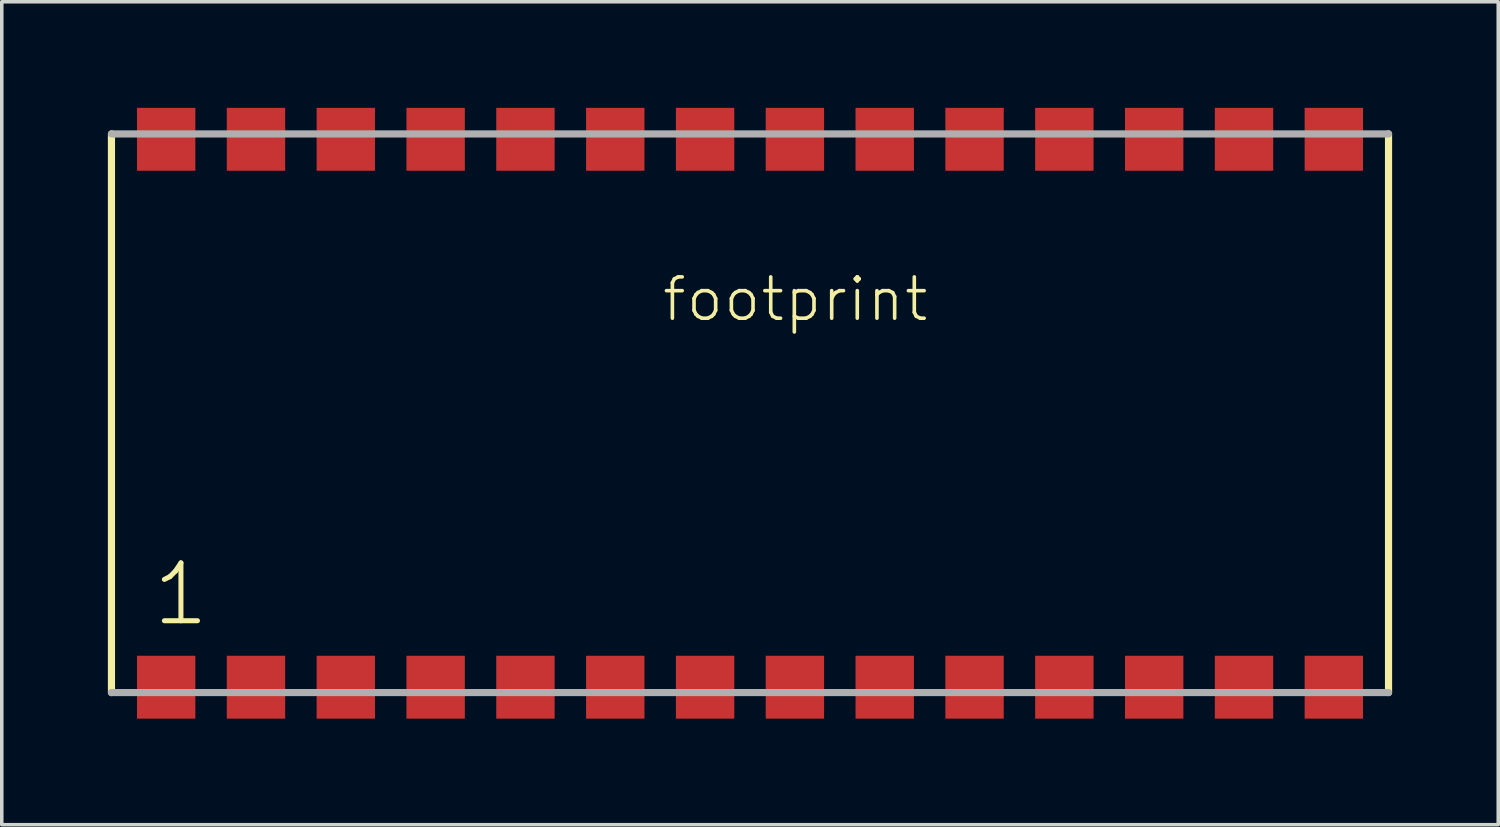
<source format=kicad_pcb>
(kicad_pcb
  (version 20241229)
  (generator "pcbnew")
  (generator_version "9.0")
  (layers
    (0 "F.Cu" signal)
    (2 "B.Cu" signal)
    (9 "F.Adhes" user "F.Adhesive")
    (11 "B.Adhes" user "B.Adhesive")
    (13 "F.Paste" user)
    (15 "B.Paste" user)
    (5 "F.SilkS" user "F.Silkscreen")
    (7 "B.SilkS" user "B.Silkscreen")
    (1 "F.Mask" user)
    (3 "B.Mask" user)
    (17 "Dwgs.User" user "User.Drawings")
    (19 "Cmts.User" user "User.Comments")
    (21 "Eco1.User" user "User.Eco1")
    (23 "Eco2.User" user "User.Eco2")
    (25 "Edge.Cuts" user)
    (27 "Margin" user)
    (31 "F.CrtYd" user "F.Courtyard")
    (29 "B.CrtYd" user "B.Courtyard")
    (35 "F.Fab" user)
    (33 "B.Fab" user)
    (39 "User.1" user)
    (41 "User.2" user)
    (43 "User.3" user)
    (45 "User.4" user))
  (footprint "footprint"
    (layer "F.Cu")
    (at 18.159 8.636)
    (property "Reference" "footprint" (at -2.54 -2.54 0) (layer "F.SilkS") (effects (font (size 1.168 1.168) (thickness 0.102)) (justify left bottom)))
    (fp_line (start -18.057 -7.899) (end -18.057 7.899) (stroke (width 0.203) (type solid)) (layer "F.SilkS"))
    (fp_line (start 18.057 7.899) (end 18.057 -7.899) (stroke (width 0.203) (type solid)) (layer "F.SilkS"))
    (fp_line (start -18.057 7.899) (end 18.057 7.899) (stroke (width 0.203) (type solid)) (layer "F.Fab"))
    (fp_line (start 18.057 -7.899) (end -18.057 -7.899) (stroke (width 0.203) (type solid)) (layer "F.Fab"))
    (fp_text user "1" (at -16.965 6.075 0) (layer "F.SilkS") (effects (font (size 1.636 1.636) (thickness 0.142)) (justify left bottom)))
    (pad "1" smd rect (at -16.51 7.747) (size 1.651 1.778) (layers "F.Cu" "F.Mask" "F.Paste"))
    (pad "2" smd rect (at -13.97 7.747) (size 1.651 1.778) (layers "F.Cu" "F.Mask" "F.Paste"))
    (pad "3" smd rect (at -11.43 7.747) (size 1.651 1.778) (layers "F.Cu" "F.Mask" "F.Paste"))
    (pad "4" smd rect (at -8.89 7.747) (size 1.651 1.778) (layers "F.Cu" "F.Mask" "F.Paste"))
    (pad "5" smd rect (at -6.35 7.747) (size 1.651 1.778) (layers "F.Cu" "F.Mask" "F.Paste"))
    (pad "6" smd rect (at -3.81 7.747) (size 1.651 1.778) (layers "F.Cu" "F.Mask" "F.Paste"))
    (pad "7" smd rect (at -1.27 7.747) (size 1.651 1.778) (layers "F.Cu" "F.Mask" "F.Paste"))
    (pad "8" smd rect (at 1.27 7.747) (size 1.651 1.778) (layers "F.Cu" "F.Mask" "F.Paste"))
    (pad "9" smd rect (at 3.81 7.747) (size 1.651 1.778) (layers "F.Cu" "F.Mask" "F.Paste"))
    (pad "10" smd rect (at 6.35 7.747) (size 1.651 1.778) (layers "F.Cu" "F.Mask" "F.Paste"))
    (pad "11" smd rect (at 8.89 7.747) (size 1.651 1.778) (layers "F.Cu" "F.Mask" "F.Paste"))
    (pad "12" smd rect (at 11.43 7.747) (size 1.651 1.778) (layers "F.Cu" "F.Mask" "F.Paste"))
    (pad "13" smd rect (at 13.97 7.747) (size 1.651 1.778) (layers "F.Cu" "F.Mask" "F.Paste"))
    (pad "14" smd rect (at 16.51 7.747) (size 1.651 1.778) (layers "F.Cu" "F.Mask" "F.Paste"))
    (pad "15" smd rect (at 16.51 -7.747 180) (size 1.651 1.778) (layers "F.Cu" "F.Mask" "F.Paste"))
    (pad "16" smd rect (at 13.97 -7.747 180) (size 1.651 1.778) (layers "F.Cu" "F.Mask" "F.Paste"))
    (pad "17" smd rect (at 11.43 -7.747 180) (size 1.651 1.778) (layers "F.Cu" "F.Mask" "F.Paste"))
    (pad "18" smd rect (at 8.89 -7.747 180) (size 1.651 1.778) (layers "F.Cu" "F.Mask" "F.Paste"))
    (pad "19" smd rect (at 6.35 -7.747 180) (size 1.651 1.778) (layers "F.Cu" "F.Mask" "F.Paste"))
    (pad "20" smd rect (at 3.81 -7.747 180) (size 1.651 1.778) (layers "F.Cu" "F.Mask" "F.Paste"))
    (pad "21" smd rect (at 1.27 -7.747 180) (size 1.651 1.778) (layers "F.Cu" "F.Mask" "F.Paste"))
    (pad "22" smd rect (at -1.27 -7.747 180) (size 1.651 1.778) (layers "F.Cu" "F.Mask" "F.Paste"))
    (pad "23" smd rect (at -3.81 -7.747 180) (size 1.651 1.778) (layers "F.Cu" "F.Mask" "F.Paste"))
    (pad "24" smd rect (at -6.35 -7.747 180) (size 1.651 1.778) (layers "F.Cu" "F.Mask" "F.Paste"))
    (pad "25" smd rect (at -8.89 -7.747 180) (size 1.651 1.778) (layers "F.Cu" "F.Mask" "F.Paste"))
    (pad "26" smd rect (at -11.43 -7.747 180) (size 1.651 1.778) (layers "F.Cu" "F.Mask" "F.Paste"))
    (pad "27" smd rect (at -13.97 -7.747 180) (size 1.651 1.778) (layers "F.Cu" "F.Mask" "F.Paste"))
    (pad "28" smd rect (at -16.51 -7.747 180) (size 1.651 1.778) (layers "F.Cu" "F.Mask" "F.Paste")))
  (gr_rect
    (start -3 -3)
    (end 39.318 20.272)
    (stroke (width 0.1) (type default))
    (fill no)
    (layer "Edge.Cuts")))
</source>
